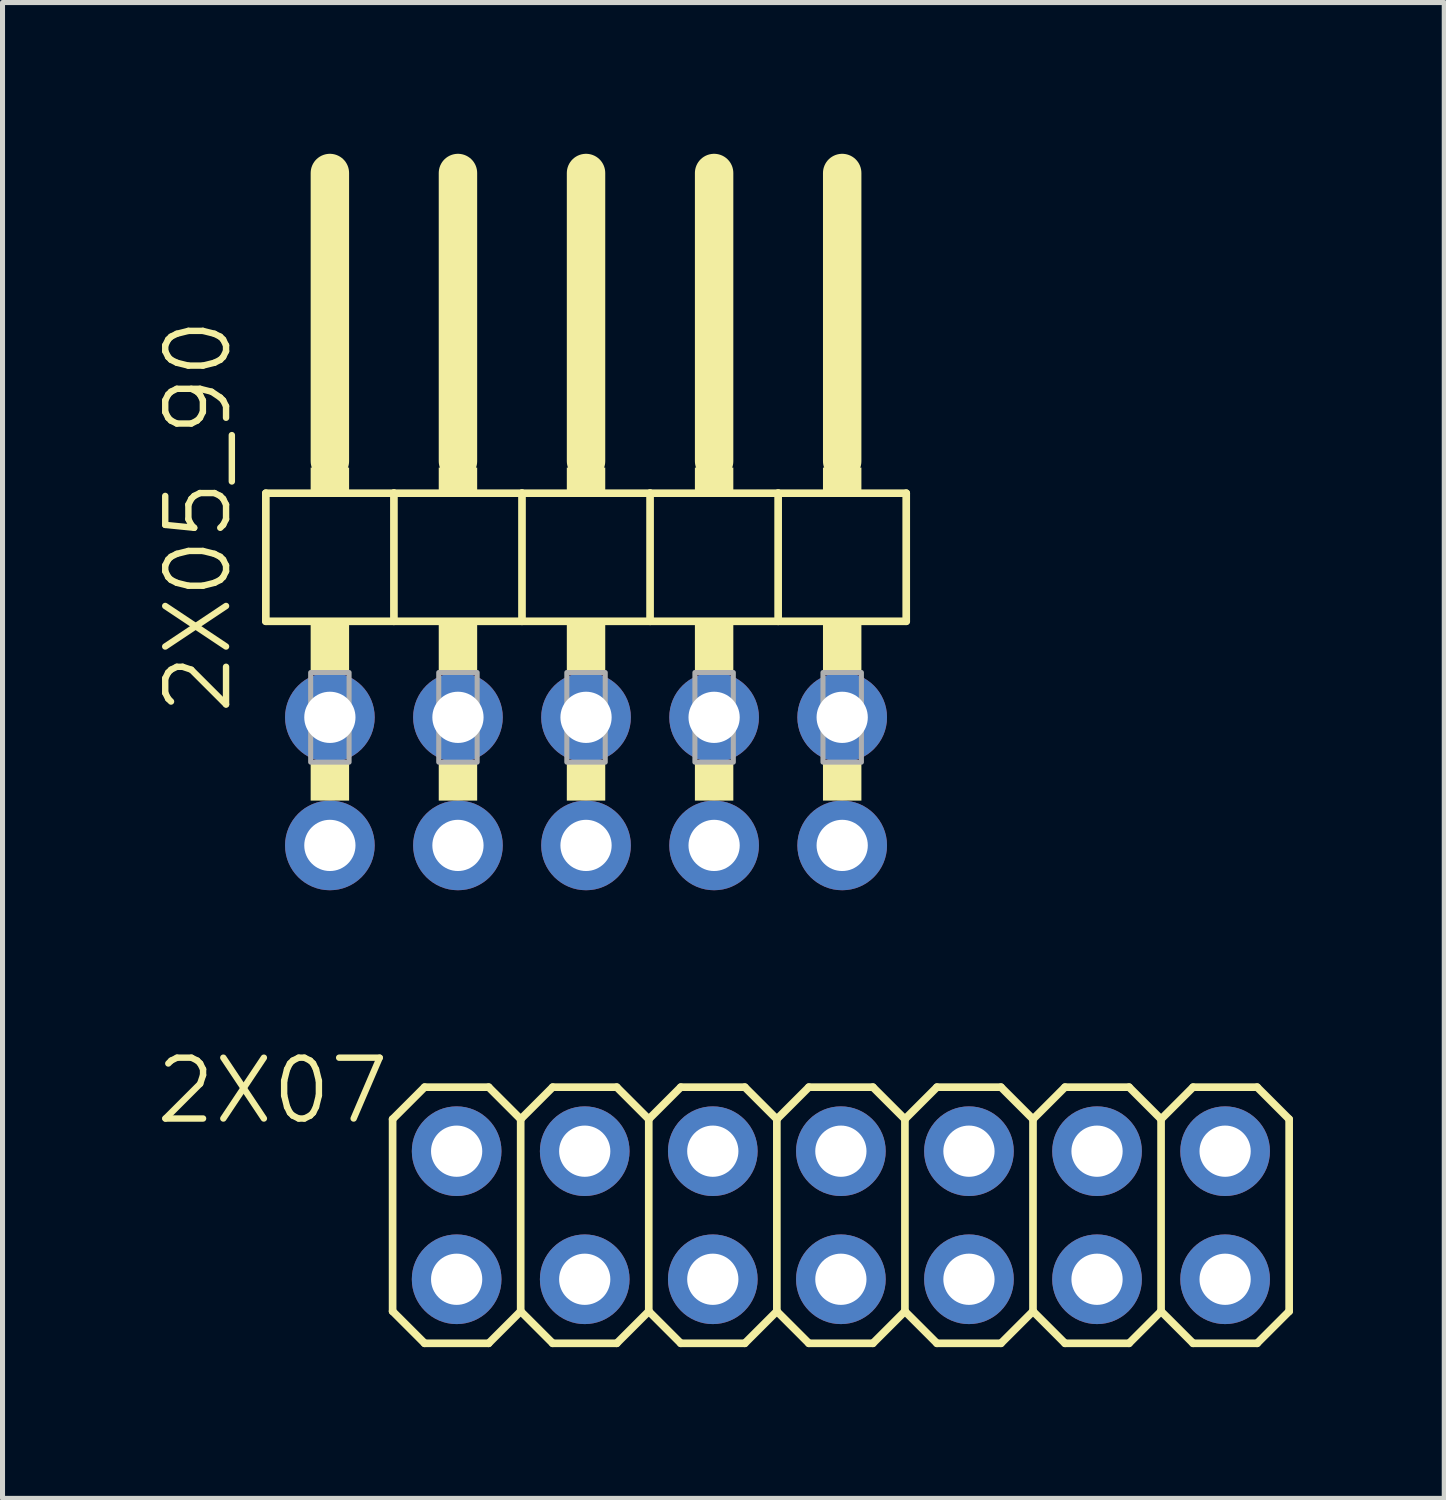
<source format=kicad_pcb>
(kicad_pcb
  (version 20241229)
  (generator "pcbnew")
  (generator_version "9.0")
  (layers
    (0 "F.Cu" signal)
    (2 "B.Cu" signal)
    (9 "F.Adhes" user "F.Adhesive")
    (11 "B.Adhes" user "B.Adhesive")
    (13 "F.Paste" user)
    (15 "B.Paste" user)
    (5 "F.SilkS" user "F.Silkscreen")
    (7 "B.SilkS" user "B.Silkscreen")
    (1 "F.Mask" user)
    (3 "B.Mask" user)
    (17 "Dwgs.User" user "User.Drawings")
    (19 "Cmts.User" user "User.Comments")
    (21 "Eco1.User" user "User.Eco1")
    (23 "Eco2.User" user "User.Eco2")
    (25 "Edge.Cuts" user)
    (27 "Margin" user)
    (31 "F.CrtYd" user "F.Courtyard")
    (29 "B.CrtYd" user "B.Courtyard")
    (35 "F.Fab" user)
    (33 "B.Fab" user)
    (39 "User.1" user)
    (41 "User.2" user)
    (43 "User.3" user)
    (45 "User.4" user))
  (footprint "2X07"
    (layer "F.Cu")
    (at 13.626 21.05)
    (property "Reference" "2X07" (at -8.89 -3.175 0) (layer "F.SilkS") (effects (font (size 1.206 1.206) (thickness 0.127)) (justify right top)))
    (attr through_hole)
    (fp_line (start -8.89 -1.905) (end -8.255 -2.54) (stroke (width 0.152) (type solid)) (layer "F.SilkS"))
    (fp_line (start -8.89 1.905) (end -8.89 -1.905) (stroke (width 0.152) (type solid)) (layer "F.SilkS"))
    (fp_line (start -8.89 1.905) (end -8.255 2.54) (stroke (width 0.152) (type solid)) (layer "F.SilkS"))
    (fp_line (start -8.255 -2.54) (end -6.985 -2.54) (stroke (width 0.152) (type solid)) (layer "F.SilkS"))
    (fp_line (start -8.255 2.54) (end -6.985 2.54) (stroke (width 0.152) (type solid)) (layer "F.SilkS"))
    (fp_line (start -6.985 -2.54) (end -6.35 -1.905) (stroke (width 0.152) (type solid)) (layer "F.SilkS"))
    (fp_line (start -6.985 2.54) (end -6.35 1.905) (stroke (width 0.152) (type solid)) (layer "F.SilkS"))
    (fp_line (start -6.35 -1.905) (end -6.35 1.905) (stroke (width 0.152) (type solid)) (layer "F.SilkS"))
    (fp_line (start -6.35 -1.905) (end -5.715 -2.54) (stroke (width 0.152) (type solid)) (layer "F.SilkS"))
    (fp_line (start -6.35 1.905) (end -5.715 2.54) (stroke (width 0.152) (type solid)) (layer "F.SilkS"))
    (fp_line (start -5.715 -2.54) (end -4.445 -2.54) (stroke (width 0.152) (type solid)) (layer "F.SilkS"))
    (fp_line (start -5.715 2.54) (end -4.445 2.54) (stroke (width 0.152) (type solid)) (layer "F.SilkS"))
    (fp_line (start -4.445 -2.54) (end -3.81 -1.905) (stroke (width 0.152) (type solid)) (layer "F.SilkS"))
    (fp_line (start -4.445 2.54) (end -3.81 1.905) (stroke (width 0.152) (type solid)) (layer "F.SilkS"))
    (fp_line (start -3.81 -1.905) (end -3.81 1.905) (stroke (width 0.152) (type solid)) (layer "F.SilkS"))
    (fp_line (start -3.81 -1.905) (end -3.175 -2.54) (stroke (width 0.152) (type solid)) (layer "F.SilkS"))
    (fp_line (start -3.81 1.905) (end -3.175 2.54) (stroke (width 0.152) (type solid)) (layer "F.SilkS"))
    (fp_line (start -3.175 -2.54) (end -1.905 -2.54) (stroke (width 0.152) (type solid)) (layer "F.SilkS"))
    (fp_line (start -3.175 2.54) (end -1.905 2.54) (stroke (width 0.152) (type solid)) (layer "F.SilkS"))
    (fp_line (start -1.905 -2.54) (end -1.27 -1.905) (stroke (width 0.152) (type solid)) (layer "F.SilkS"))
    (fp_line (start -1.905 2.54) (end -1.27 1.905) (stroke (width 0.152) (type solid)) (layer "F.SilkS"))
    (fp_line (start -1.27 -1.905) (end -1.27 1.905) (stroke (width 0.152) (type solid)) (layer "F.SilkS"))
    (fp_line (start -1.27 -1.905) (end -0.635 -2.54) (stroke (width 0.152) (type solid)) (layer "F.SilkS"))
    (fp_line (start -1.27 1.905) (end -0.635 2.54) (stroke (width 0.152) (type solid)) (layer "F.SilkS"))
    (fp_line (start -0.635 -2.54) (end 0.635 -2.54) (stroke (width 0.152) (type solid)) (layer "F.SilkS"))
    (fp_line (start -0.635 2.54) (end 0.635 2.54) (stroke (width 0.152) (type solid)) (layer "F.SilkS"))
    (fp_line (start 0.635 -2.54) (end 1.27 -1.905) (stroke (width 0.152) (type solid)) (layer "F.SilkS"))
    (fp_line (start 0.635 2.54) (end 1.27 1.905) (stroke (width 0.152) (type solid)) (layer "F.SilkS"))
    (fp_line (start 1.27 -1.905) (end 1.27 1.905) (stroke (width 0.152) (type solid)) (layer "F.SilkS"))
    (fp_line (start 1.27 -1.905) (end 1.905 -2.54) (stroke (width 0.152) (type solid)) (layer "F.SilkS"))
    (fp_line (start 1.27 1.905) (end 1.905 2.54) (stroke (width 0.152) (type solid)) (layer "F.SilkS"))
    (fp_line (start 1.905 -2.54) (end 3.175 -2.54) (stroke (width 0.152) (type solid)) (layer "F.SilkS"))
    (fp_line (start 1.905 2.54) (end 3.175 2.54) (stroke (width 0.152) (type solid)) (layer "F.SilkS"))
    (fp_line (start 3.175 -2.54) (end 3.81 -1.905) (stroke (width 0.152) (type solid)) (layer "F.SilkS"))
    (fp_line (start 3.175 2.54) (end 3.81 1.905) (stroke (width 0.152) (type solid)) (layer "F.SilkS"))
    (fp_line (start 3.81 -1.905) (end 3.81 1.905) (stroke (width 0.152) (type solid)) (layer "F.SilkS"))
    (fp_line (start 3.81 -1.905) (end 4.445 -2.54) (stroke (width 0.152) (type solid)) (layer "F.SilkS"))
    (fp_line (start 3.81 1.905) (end 4.445 2.54) (stroke (width 0.152) (type solid)) (layer "F.SilkS"))
    (fp_line (start 4.445 -2.54) (end 5.715 -2.54) (stroke (width 0.152) (type solid)) (layer "F.SilkS"))
    (fp_line (start 4.445 2.54) (end 5.715 2.54) (stroke (width 0.152) (type solid)) (layer "F.SilkS"))
    (fp_line (start 5.715 -2.54) (end 6.35 -1.905) (stroke (width 0.152) (type solid)) (layer "F.SilkS"))
    (fp_line (start 5.715 2.54) (end 6.35 1.905) (stroke (width 0.152) (type solid)) (layer "F.SilkS"))
    (fp_line (start 6.35 -1.905) (end 6.35 1.905) (stroke (width 0.152) (type solid)) (layer "F.SilkS"))
    (fp_line (start 6.35 -1.905) (end 6.985 -2.54) (stroke (width 0.152) (type solid)) (layer "F.SilkS"))
    (fp_line (start 6.35 1.905) (end 6.985 2.54) (stroke (width 0.152) (type solid)) (layer "F.SilkS"))
    (fp_line (start 6.985 -2.54) (end 8.255 -2.54) (stroke (width 0.152) (type solid)) (layer "F.SilkS"))
    (fp_line (start 6.985 2.54) (end 8.255 2.54) (stroke (width 0.152) (type solid)) (layer "F.SilkS"))
    (fp_line (start 8.255 -2.54) (end 8.89 -1.905) (stroke (width 0.152) (type solid)) (layer "F.SilkS"))
    (fp_line (start 8.255 2.54) (end 8.89 1.905) (stroke (width 0.152) (type solid)) (layer "F.SilkS"))
    (fp_line (start 8.89 -1.905) (end 8.89 1.905) (stroke (width 0.152) (type solid)) (layer "F.SilkS"))
    (fp_poly (pts (xy -7.874 -1.016) (xy -7.366 -1.016) (xy -7.366 -1.524) (xy -7.874 -1.524)) (stroke (width 0.1) (type solid)) (fill no) (layer "F.Fab"))
    (fp_poly (pts (xy -7.874 1.524) (xy -7.366 1.524) (xy -7.366 1.016) (xy -7.874 1.016)) (stroke (width 0.1) (type solid)) (fill no) (layer "F.Fab"))
    (fp_poly (pts (xy -5.334 -1.016) (xy -4.826 -1.016) (xy -4.826 -1.524) (xy -5.334 -1.524)) (stroke (width 0.1) (type solid)) (fill no) (layer "F.Fab"))
    (fp_poly (pts (xy -5.334 1.524) (xy -4.826 1.524) (xy -4.826 1.016) (xy -5.334 1.016)) (stroke (width 0.1) (type solid)) (fill no) (layer "F.Fab"))
    (fp_poly (pts (xy -2.794 -1.016) (xy -2.286 -1.016) (xy -2.286 -1.524) (xy -2.794 -1.524)) (stroke (width 0.1) (type solid)) (fill no) (layer "F.Fab"))
    (fp_poly (pts (xy -2.794 1.524) (xy -2.286 1.524) (xy -2.286 1.016) (xy -2.794 1.016)) (stroke (width 0.1) (type solid)) (fill no) (layer "F.Fab"))
    (fp_poly (pts (xy -0.254 -1.016) (xy 0.254 -1.016) (xy 0.254 -1.524) (xy -0.254 -1.524)) (stroke (width 0.1) (type solid)) (fill no) (layer "F.Fab"))
    (fp_poly (pts (xy -0.254 1.524) (xy 0.254 1.524) (xy 0.254 1.016) (xy -0.254 1.016)) (stroke (width 0.1) (type solid)) (fill no) (layer "F.Fab"))
    (fp_poly (pts (xy 2.286 -1.016) (xy 2.794 -1.016) (xy 2.794 -1.524) (xy 2.286 -1.524)) (stroke (width 0.1) (type solid)) (fill no) (layer "F.Fab"))
    (fp_poly (pts (xy 2.286 1.524) (xy 2.794 1.524) (xy 2.794 1.016) (xy 2.286 1.016)) (stroke (width 0.1) (type solid)) (fill no) (layer "F.Fab"))
    (fp_poly (pts (xy 4.826 -1.016) (xy 5.334 -1.016) (xy 5.334 -1.524) (xy 4.826 -1.524)) (stroke (width 0.1) (type solid)) (fill no) (layer "F.Fab"))
    (fp_poly (pts (xy 4.826 1.524) (xy 5.334 1.524) (xy 5.334 1.016) (xy 4.826 1.016)) (stroke (width 0.1) (type solid)) (fill no) (layer "F.Fab"))
    (fp_poly (pts (xy 7.366 -1.016) (xy 7.874 -1.016) (xy 7.874 -1.524) (xy 7.366 -1.524)) (stroke (width 0.1) (type solid)) (fill no) (layer "F.Fab"))
    (fp_poly (pts (xy 7.366 1.524) (xy 7.874 1.524) (xy 7.874 1.016) (xy 7.366 1.016)) (stroke (width 0.1) (type solid)) (fill no) (layer "F.Fab"))
    (pad "1" thru_hole circle (at -7.62 1.27) (size 1.778 1.778) (drill 1.016) (layers "*.Cu" "*.Mask"))
    (pad "2" thru_hole circle (at -7.62 -1.27) (size 1.778 1.778) (drill 1.016) (layers "*.Cu" "*.Mask"))
    (pad "3" thru_hole circle (at -5.08 1.27) (size 1.778 1.778) (drill 1.016) (layers "*.Cu" "*.Mask"))
    (pad "4" thru_hole circle (at -5.08 -1.27) (size 1.778 1.778) (drill 1.016) (layers "*.Cu" "*.Mask"))
    (pad "5" thru_hole circle (at -2.54 1.27) (size 1.778 1.778) (drill 1.016) (layers "*.Cu" "*.Mask"))
    (pad "6" thru_hole circle (at -2.54 -1.27) (size 1.778 1.778) (drill 1.016) (layers "*.Cu" "*.Mask"))
    (pad "7" thru_hole circle (at 0 1.27) (size 1.778 1.778) (drill 1.016) (layers "*.Cu" "*.Mask"))
    (pad "8" thru_hole circle (at 0 -1.27) (size 1.778 1.778) (drill 1.016) (layers "*.Cu" "*.Mask"))
    (pad "9" thru_hole circle (at 2.54 1.27) (size 1.778 1.778) (drill 1.016) (layers "*.Cu" "*.Mask"))
    (pad "10" thru_hole circle (at 2.54 -1.27) (size 1.778 1.778) (drill 1.016) (layers "*.Cu" "*.Mask"))
    (pad "11" thru_hole circle (at 5.08 1.27) (size 1.778 1.778) (drill 1.016) (layers "*.Cu" "*.Mask"))
    (pad "12" thru_hole circle (at 5.08 -1.27) (size 1.778 1.778) (drill 1.016) (layers "*.Cu" "*.Mask"))
    (pad "13" thru_hole circle (at 7.62 1.27) (size 1.778 1.778) (drill 1.016) (layers "*.Cu" "*.Mask"))
    (pad "14" thru_hole circle (at 7.62 -1.27) (size 1.778 1.778) (drill 1.016) (layers "*.Cu" "*.Mask")))
  (footprint "2X05_90"
    (layer "F.Cu")
    (at 8.572 7.366)
    (property "Reference" "2X05_90" (at -6.985 3.81 90) (layer "F.SilkS") (effects (font (size 1.206 1.206) (thickness 0.127)) (justify left bottom)))
    (attr through_hole)
    (fp_line (start -6.35 -0.635) (end -6.35 1.905) (stroke (width 0.152) (type solid)) (layer "F.SilkS"))
    (fp_line (start -6.35 1.905) (end -3.81 1.905) (stroke (width 0.152) (type solid)) (layer "F.SilkS"))
    (fp_line (start -5.08 -6.985) (end -5.08 -1.27) (stroke (width 0.762) (type solid)) (layer "F.SilkS"))
    (fp_line (start -3.81 -0.635) (end -6.35 -0.635) (stroke (width 0.152) (type solid)) (layer "F.SilkS"))
    (fp_line (start -3.81 1.905) (end -3.81 -0.635) (stroke (width 0.152) (type solid)) (layer "F.SilkS"))
    (fp_line (start -3.81 1.905) (end -1.27 1.905) (stroke (width 0.152) (type solid)) (layer "F.SilkS"))
    (fp_line (start -2.54 -6.985) (end -2.54 -1.27) (stroke (width 0.762) (type solid)) (layer "F.SilkS"))
    (fp_line (start -1.27 -0.635) (end -3.81 -0.635) (stroke (width 0.152) (type solid)) (layer "F.SilkS"))
    (fp_line (start -1.27 1.905) (end -1.27 -0.635) (stroke (width 0.152) (type solid)) (layer "F.SilkS"))
    (fp_line (start -1.27 1.905) (end 1.27 1.905) (stroke (width 0.152) (type solid)) (layer "F.SilkS"))
    (fp_line (start 0 -6.985) (end 0 -1.27) (stroke (width 0.762) (type solid)) (layer "F.SilkS"))
    (fp_line (start 1.27 -0.635) (end -1.27 -0.635) (stroke (width 0.152) (type solid)) (layer "F.SilkS"))
    (fp_line (start 1.27 1.905) (end 1.27 -0.635) (stroke (width 0.152) (type solid)) (layer "F.SilkS"))
    (fp_line (start 1.27 1.905) (end 3.81 1.905) (stroke (width 0.152) (type solid)) (layer "F.SilkS"))
    (fp_line (start 2.54 -6.985) (end 2.54 -1.27) (stroke (width 0.762) (type solid)) (layer "F.SilkS"))
    (fp_line (start 3.81 -0.635) (end 1.27 -0.635) (stroke (width 0.152) (type solid)) (layer "F.SilkS"))
    (fp_line (start 3.81 1.905) (end 3.81 -0.635) (stroke (width 0.152) (type solid)) (layer "F.SilkS"))
    (fp_line (start 3.81 1.905) (end 6.35 1.905) (stroke (width 0.152) (type solid)) (layer "F.SilkS"))
    (fp_line (start 5.08 -6.985) (end 5.08 -1.27) (stroke (width 0.762) (type solid)) (layer "F.SilkS"))
    (fp_line (start 6.35 -0.635) (end 3.81 -0.635) (stroke (width 0.152) (type solid)) (layer "F.SilkS"))
    (fp_line (start 6.35 1.905) (end 6.35 -0.635) (stroke (width 0.152) (type solid)) (layer "F.SilkS"))
    (fp_poly (pts (xy -5.461 -0.635) (xy -4.699 -0.635) (xy -4.699 -1.143) (xy -5.461 -1.143)) (stroke (width 0) (type solid)) (fill yes) (layer "F.SilkS"))
    (fp_poly (pts (xy -5.461 2.921) (xy -4.699 2.921) (xy -4.699 1.905) (xy -5.461 1.905)) (stroke (width 0) (type solid)) (fill yes) (layer "F.SilkS"))
    (fp_poly (pts (xy -5.461 5.461) (xy -4.699 5.461) (xy -4.699 4.699) (xy -5.461 4.699)) (stroke (width 0) (type solid)) (fill yes) (layer "F.SilkS"))
    (fp_poly (pts (xy -2.921 -0.635) (xy -2.159 -0.635) (xy -2.159 -1.143) (xy -2.921 -1.143)) (stroke (width 0) (type solid)) (fill yes) (layer "F.SilkS"))
    (fp_poly (pts (xy -2.921 2.921) (xy -2.159 2.921) (xy -2.159 1.905) (xy -2.921 1.905)) (stroke (width 0) (type solid)) (fill yes) (layer "F.SilkS"))
    (fp_poly (pts (xy -2.921 5.461) (xy -2.159 5.461) (xy -2.159 4.699) (xy -2.921 4.699)) (stroke (width 0) (type solid)) (fill yes) (layer "F.SilkS"))
    (fp_poly (pts (xy -0.381 -0.635) (xy 0.381 -0.635) (xy 0.381 -1.143) (xy -0.381 -1.143)) (stroke (width 0) (type solid)) (fill yes) (layer "F.SilkS"))
    (fp_poly (pts (xy -0.381 2.921) (xy 0.381 2.921) (xy 0.381 1.905) (xy -0.381 1.905)) (stroke (width 0) (type solid)) (fill yes) (layer "F.SilkS"))
    (fp_poly (pts (xy -0.381 5.461) (xy 0.381 5.461) (xy 0.381 4.699) (xy -0.381 4.699)) (stroke (width 0) (type solid)) (fill yes) (layer "F.SilkS"))
    (fp_poly (pts (xy 2.159 -0.635) (xy 2.921 -0.635) (xy 2.921 -1.143) (xy 2.159 -1.143)) (stroke (width 0) (type solid)) (fill yes) (layer "F.SilkS"))
    (fp_poly (pts (xy 2.159 2.921) (xy 2.921 2.921) (xy 2.921 1.905) (xy 2.159 1.905)) (stroke (width 0) (type solid)) (fill yes) (layer "F.SilkS"))
    (fp_poly (pts (xy 2.159 5.461) (xy 2.921 5.461) (xy 2.921 4.699) (xy 2.159 4.699)) (stroke (width 0) (type solid)) (fill yes) (layer "F.SilkS"))
    (fp_poly (pts (xy 4.699 -0.635) (xy 5.461 -0.635) (xy 5.461 -1.143) (xy 4.699 -1.143)) (stroke (width 0) (type solid)) (fill yes) (layer "F.SilkS"))
    (fp_poly (pts (xy 4.699 2.921) (xy 5.461 2.921) (xy 5.461 1.905) (xy 4.699 1.905)) (stroke (width 0) (type solid)) (fill yes) (layer "F.SilkS"))
    (fp_poly (pts (xy 4.699 5.461) (xy 5.461 5.461) (xy 5.461 4.699) (xy 4.699 4.699)) (stroke (width 0) (type solid)) (fill yes) (layer "F.SilkS"))
    (fp_poly (pts (xy -5.461 4.699) (xy -4.699 4.699) (xy -4.699 2.921) (xy -5.461 2.921)) (stroke (width 0.1) (type solid)) (fill no) (layer "F.Fab"))
    (fp_poly (pts (xy -2.921 4.699) (xy -2.159 4.699) (xy -2.159 2.921) (xy -2.921 2.921)) (stroke (width 0.1) (type solid)) (fill no) (layer "F.Fab"))
    (fp_poly (pts (xy -0.381 4.699) (xy 0.381 4.699) (xy 0.381 2.921) (xy -0.381 2.921)) (stroke (width 0.1) (type solid)) (fill no) (layer "F.Fab"))
    (fp_poly (pts (xy 2.159 4.699) (xy 2.921 4.699) (xy 2.921 2.921) (xy 2.159 2.921)) (stroke (width 0.1) (type solid)) (fill no) (layer "F.Fab"))
    (fp_poly (pts (xy 4.699 4.699) (xy 5.461 4.699) (xy 5.461 2.921) (xy 4.699 2.921)) (stroke (width 0.1) (type solid)) (fill no) (layer "F.Fab"))
    (pad "1" thru_hole circle (at -5.08 6.35) (size 1.778 1.778) (drill 1.016) (layers "*.Cu" "*.Mask"))
    (pad "2" thru_hole circle (at -5.08 3.81) (size 1.778 1.778) (drill 1.016) (layers "*.Cu" "*.Mask"))
    (pad "3" thru_hole circle (at -2.54 6.35) (size 1.778 1.778) (drill 1.016) (layers "*.Cu" "*.Mask"))
    (pad "4" thru_hole circle (at -2.54 3.81) (size 1.778 1.778) (drill 1.016) (layers "*.Cu" "*.Mask"))
    (pad "5" thru_hole circle (at 0 6.35) (size 1.778 1.778) (drill 1.016) (layers "*.Cu" "*.Mask"))
    (pad "6" thru_hole circle (at 0 3.81) (size 1.778 1.778) (drill 1.016) (layers "*.Cu" "*.Mask"))
    (pad "7" thru_hole circle (at 2.54 6.35) (size 1.778 1.778) (drill 1.016) (layers "*.Cu" "*.Mask"))
    (pad "8" thru_hole circle (at 2.54 3.81) (size 1.778 1.778) (drill 1.016) (layers "*.Cu" "*.Mask"))
    (pad "9" thru_hole circle (at 5.08 6.35) (size 1.778 1.778) (drill 1.016) (layers "*.Cu" "*.Mask"))
    (pad "10" thru_hole circle (at 5.08 3.81) (size 1.778 1.778) (drill 1.016) (layers "*.Cu" "*.Mask")))
  (gr_rect
    (start -3 -3)
    (end 25.592 26.666)
    (stroke (width 0.1) (type default))
    (fill no)
    (layer "Edge.Cuts")))
</source>
